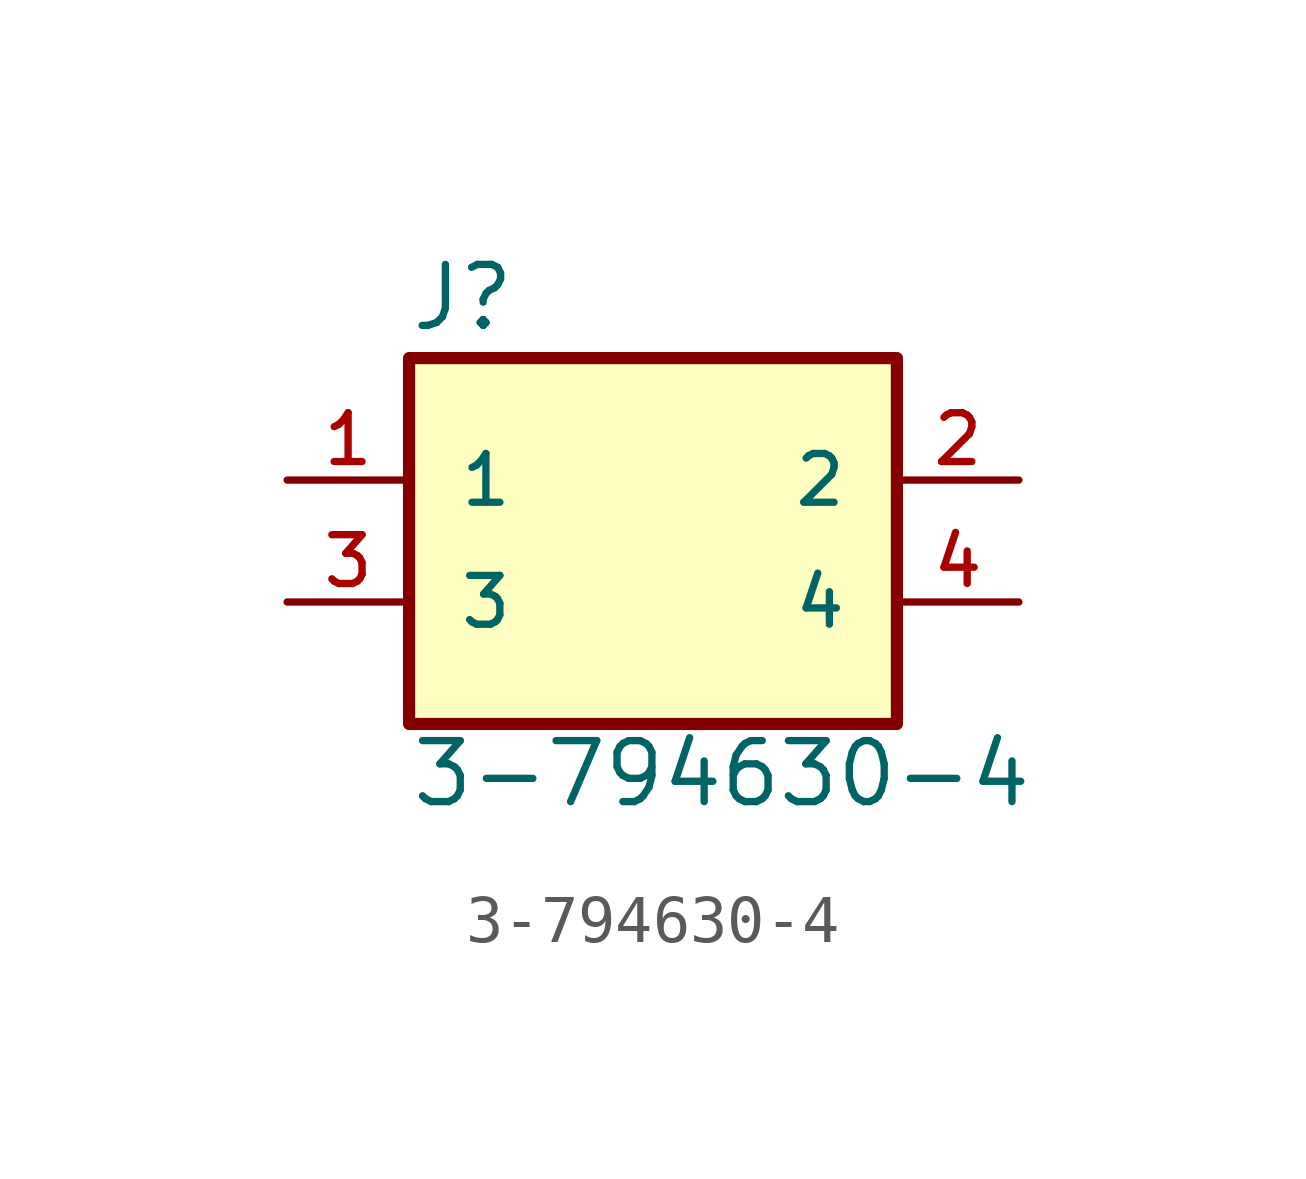
<source format=kicad_sym>
(kicad_symbol_lib
  (version 20211014)
  (generator kicad_symbol_editor)
  (symbol "3-794630-4"
    (pin_names
      (offset 1.016))
    (property "Reference" "J"
      (at -5.089 5.598 0)
      (effects (font (size 1.27 1.27)) (justify bottom left)))
    (property "Value" "3-794630-4"
      (at -5.082 -4.32 0)
      (effects (font (size 1.27 1.27)) (justify bottom left)))
    (symbol "3-794630-4_0_0"
      (rectangle (start -5.08 -2.54) (end 5.08 5.08) (stroke (width 0.254)) (fill (type background)))
      (pin passive line (at -7.62 2.54 0) (length 2.54) (name "1" (effects (font (size 1.016 1.016)))) (number "1" (effects (font (size 1.016 1.016)))))
      (pin passive line (at 7.62 2.54 180.0) (length 2.54) (name "2" (effects (font (size 1.016 1.016)))) (number "2" (effects (font (size 1.016 1.016)))))
      (pin passive line (at -7.62 0.0 0) (length 2.54) (name "3" (effects (font (size 1.016 1.016)))) (number "3" (effects (font (size 1.016 1.016)))))
      (pin passive line (at 7.62 0.0 180.0) (length 2.54) (name "4" (effects (font (size 1.016 1.016)))) (number "4" (effects (font (size 1.016 1.016))))))))
</source>
